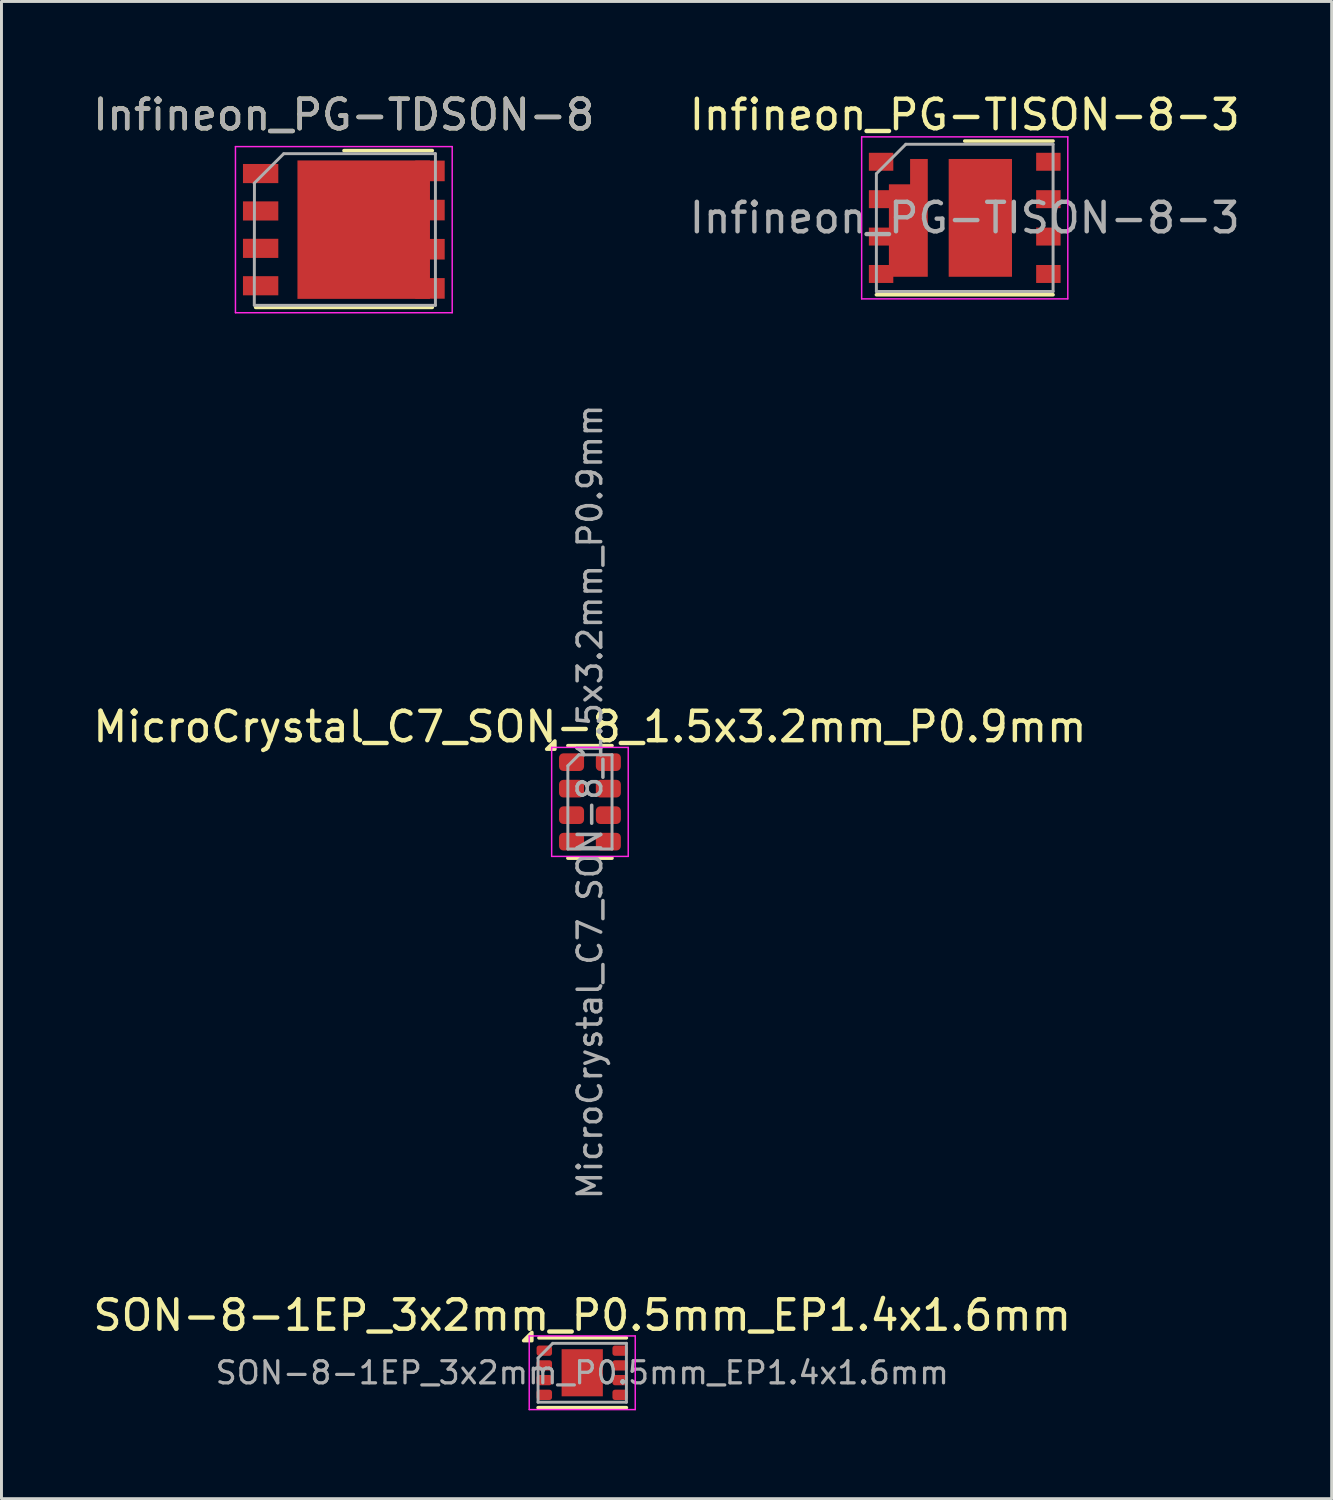
<source format=kicad_pcb>
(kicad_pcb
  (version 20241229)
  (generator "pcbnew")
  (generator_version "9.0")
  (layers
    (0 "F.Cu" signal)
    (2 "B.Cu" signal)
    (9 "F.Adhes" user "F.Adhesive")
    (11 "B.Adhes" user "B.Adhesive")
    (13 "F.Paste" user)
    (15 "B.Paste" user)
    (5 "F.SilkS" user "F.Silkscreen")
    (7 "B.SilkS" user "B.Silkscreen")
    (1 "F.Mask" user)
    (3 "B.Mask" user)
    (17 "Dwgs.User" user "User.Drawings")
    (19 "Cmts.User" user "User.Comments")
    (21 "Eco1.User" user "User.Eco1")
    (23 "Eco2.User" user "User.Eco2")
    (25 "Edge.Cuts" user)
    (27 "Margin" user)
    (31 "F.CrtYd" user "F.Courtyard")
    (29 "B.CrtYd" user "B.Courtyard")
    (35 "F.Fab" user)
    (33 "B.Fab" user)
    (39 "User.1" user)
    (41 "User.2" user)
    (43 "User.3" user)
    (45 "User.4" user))
  (footprint "SON-8-1EP_3x2mm_P0.5mm_EP1.4x1.6mm"
    (layer "F.Cu")
    (at 16.72 43.563)
    (property "Reference" "SON-8-1EP_3x2mm_P0.5mm_EP1.4x1.6mm" (at 0 -1.95 0) (layer "F.SilkS") (effects (font (size 1 1) (thickness 0.15))))
    (attr smd)
    (fp_line (start -1.5 1.185) (end 1.5 1.185) (stroke (width 0.12) (type solid)) (layer "F.SilkS"))
    (fp_line (start -1.47 -1.185) (end 1.5 -1.185) (stroke (width 0.12) (type solid)) (layer "F.SilkS"))
    (fp_poly (pts (xy -1.71 -1.09) (xy -1.99 -1.09) (xy -1.71 -1.37) (xy -1.71 -1.09)) (stroke (width 0.12) (type solid)) (fill yes) (layer "F.SilkS"))
    (fp_line (start -1.8 -1.25) (end -1.8 1.25) (stroke (width 0.05) (type solid)) (layer "F.CrtYd"))
    (fp_line (start -1.8 1.25) (end 1.8 1.25) (stroke (width 0.05) (type solid)) (layer "F.CrtYd"))
    (fp_line (start 1.8 -1.25) (end -1.8 -1.25) (stroke (width 0.05) (type solid)) (layer "F.CrtYd"))
    (fp_line (start 1.8 1.25) (end 1.8 -1.25) (stroke (width 0.05) (type solid)) (layer "F.CrtYd"))
    (fp_line (start -1.5 -0.5) (end -1 -1) (stroke (width 0.1) (type solid)) (layer "F.Fab"))
    (fp_line (start -1.5 1) (end -1.5 -0.5) (stroke (width 0.1) (type solid)) (layer "F.Fab"))
    (fp_line (start -1 -1) (end 1.5 -1) (stroke (width 0.1) (type solid)) (layer "F.Fab"))
    (fp_line (start 1.5 -1) (end 1.5 1) (stroke (width 0.1) (type solid)) (layer "F.Fab"))
    (fp_line (start 1.5 1) (end -1.5 1) (stroke (width 0.1) (type solid)) (layer "F.Fab"))
    (fp_text user "${REFERENCE}" (at 0 0 0) (layer "F.Fab") (effects (font (size 0.75 0.75) (thickness 0.11))))
    (pad "" smd roundrect (at -0.35 -0.4) (size 0.56 0.64) (layers "F.Paste") (roundrect_rratio 0.25))
    (pad "" smd roundrect (at -0.35 0.4) (size 0.56 0.64) (layers "F.Paste") (roundrect_rratio 0.25))
    (pad "" smd roundrect (at 0.35 -0.4) (size 0.56 0.64) (layers "F.Paste") (roundrect_rratio 0.25))
    (pad "" smd roundrect (at 0.35 0.4) (size 0.56 0.64) (layers "F.Paste") (roundrect_rratio 0.25))
    (pad "1" smd roundrect (at -1.288 -0.75) (size 0.525 0.35) (layers "F.Cu" "F.Mask" "F.Paste") (roundrect_rratio 0.25))
    (pad "2" smd roundrect (at -1.288 -0.25) (size 0.525 0.35) (layers "F.Cu" "F.Mask" "F.Paste") (roundrect_rratio 0.25))
    (pad "3" smd roundrect (at -1.288 0.25) (size 0.525 0.35) (layers "F.Cu" "F.Mask" "F.Paste") (roundrect_rratio 0.25))
    (pad "4" smd roundrect (at -1.288 0.75) (size 0.525 0.35) (layers "F.Cu" "F.Mask" "F.Paste") (roundrect_rratio 0.25))
    (pad "5" smd roundrect (at 1.288 0.75) (size 0.525 0.35) (layers "F.Cu" "F.Mask" "F.Paste") (roundrect_rratio 0.25))
    (pad "6" smd roundrect (at 1.288 0.25) (size 0.525 0.35) (layers "F.Cu" "F.Mask" "F.Paste") (roundrect_rratio 0.25))
    (pad "7" smd roundrect (at 1.288 -0.25) (size 0.525 0.35) (layers "F.Cu" "F.Mask" "F.Paste") (roundrect_rratio 0.25))
    (pad "8" smd roundrect (at 1.288 -0.75) (size 0.525 0.35) (layers "F.Cu" "F.Mask" "F.Paste") (roundrect_rratio 0.25))
    (pad "9" smd rect (at 0 0) (size 1.4 1.6) (property pad_prop_heatsink) (layers "F.Cu" "F.Mask")))
  (footprint "Infineon_PG-TISON-8-3"
    (layer "F.Cu")
    (at 29.708 4.348)
    (property "Reference" "Infineon_PG-TISON-8-3" (at 0 -3.5 0) (layer "F.SilkS") (effects (font (size 1 1) (thickness 0.15))))
    (attr smd)
    (fp_line (start 3 -2.61) (end 0 -2.61) (stroke (width 0.12) (type solid)) (layer "F.SilkS"))
    (fp_line (start 3 2.61) (end -3 2.61) (stroke (width 0.12) (type solid)) (layer "F.SilkS"))
    (fp_line (start -3.5 -2.75) (end 3.5 -2.75) (stroke (width 0.05) (type solid)) (layer "F.CrtYd"))
    (fp_line (start -3.5 2.75) (end -3.5 -2.75) (stroke (width 0.05) (type solid)) (layer "F.CrtYd"))
    (fp_line (start 3.5 -2.75) (end 3.5 2.75) (stroke (width 0.05) (type solid)) (layer "F.CrtYd"))
    (fp_line (start 3.5 2.75) (end -3.5 2.75) (stroke (width 0.05) (type solid)) (layer "F.CrtYd"))
    (fp_line (start -3 -1.5) (end -3 2.5) (stroke (width 0.1) (type solid)) (layer "F.Fab"))
    (fp_line (start -2 -2.5) (end -3 -1.5) (stroke (width 0.1) (type solid)) (layer "F.Fab"))
    (fp_line (start -2 -2.5) (end 3 -2.5) (stroke (width 0.1) (type solid)) (layer "F.Fab"))
    (fp_line (start 3 -2.5) (end 3 2.5) (stroke (width 0.1) (type solid)) (layer "F.Fab"))
    (fp_line (start 3 2.5) (end -3 2.5) (stroke (width 0.1) (type solid)) (layer "F.Fab"))
    (fp_text user "${REFERENCE}" (at 0 0 0) (layer "F.Fab") (effects (font (size 1 1) (thickness 0.15))))
    (pad "" smd rect (at -2.84 -0.635) (size 0.73 0.51) (layers "F.Paste"))
    (pad "" smd rect (at -2.84 0.635) (size 0.73 0.51) (layers "F.Paste"))
    (pad "" smd rect (at -2.84 1.905) (size 0.73 0.51) (layers "F.Paste"))
    (pad "" smd rect (at -1.82 -0.64) (size 0.9 0.5) (layers "F.Paste"))
    (pad "" smd rect (at -1.82 0.06) (size 0.9 0.5) (layers "F.Paste"))
    (pad "" smd rect (at -1.82 0.76) (size 0.9 0.5) (layers "F.Paste"))
    (pad "" smd rect (at -1.82 1.46) (size 0.9 0.5) (layers "F.Paste"))
    (pad "" smd rect (at -1.545 -1.6) (size 0.35 0.6) (layers "F.Paste"))
    (pad "" smd rect (at 0 -1.425) (size 0.75 0.75) (layers "F.Paste"))
    (pad "" smd rect (at 0 -0.475) (size 0.75 0.75) (layers "F.Paste"))
    (pad "" smd rect (at 0 0.475) (size 0.75 0.75) (layers "F.Paste"))
    (pad "" smd rect (at 0 1.425) (size 0.75 0.75) (layers "F.Paste"))
    (pad "" smd rect (at 1.025 -1.425) (size 0.75 0.75) (layers "F.Paste"))
    (pad "" smd rect (at 1.025 -0.475) (size 0.75 0.75) (layers "F.Paste"))
    (pad "" smd rect (at 1.025 0.475) (size 0.75 0.75) (layers "F.Paste"))
    (pad "" smd rect (at 1.025 1.425) (size 0.75 0.75) (layers "F.Paste"))
    (pad "1" smd rect (at -2.84 -1.905) (size 0.83 0.61) (layers "F.Cu" "F.Mask" "F.Paste"))
    (pad "2" smd custom (at -1.555 0) (size 0.6 4) (layers "F.Cu" "F.Mask") (options (anchor rect)) (primitives (gr_poly (pts (xy -0.3 2) (xy -0.87 2) (xy -0.87 2.21) (xy -1.7 2.21) (xy -1.7 1.6) (xy -1.02 1.6) (xy -1.02 0.94) (xy -1.7 0.94) (xy -1.7 0.33) (xy -1.02 0.33) (xy -1.02 -0.33) (xy -1.7 -0.33) (xy -1.7 -0.94) (xy -1.02 -0.94) (xy -1.02 -1.14) (xy -0.3 -1.14)) (width 0) (fill yes))))
    (pad "3" smd rect (at 2.84 1.905) (size 0.83 0.61) (layers "F.Cu" "F.Mask" "F.Paste"))
    (pad "4" smd rect (at 2.84 0.635) (size 0.83 0.61) (layers "F.Cu" "F.Mask" "F.Paste"))
    (pad "5" smd rect (at 2.84 -0.635) (size 0.83 0.61) (layers "F.Cu" "F.Mask" "F.Paste"))
    (pad "6" smd rect (at 2.84 -1.905) (size 0.83 0.61) (layers "F.Cu" "F.Mask" "F.Paste"))
    (pad "7" smd rect (at 0.53 0) (size 2.15 4) (layers "F.Cu" "F.Mask")))
  (footprint "MicroCrystal_C7_SON-8_1.5x3.2mm_P0.9mm"
    (layer "F.Cu")
    (at 16.982 24.179)
    (property "Reference" "MicroCrystal_C7_SON-8_1.5x3.2mm_P0.9mm" (at 0 -2.55 0) (layer "F.SilkS") (effects (font (size 1 1) (thickness 0.15))))
    (attr smd)
    (fp_line (start -0.75 -1.91) (end 0.75 -1.91) (stroke (width 0.12) (type solid)) (layer "F.SilkS"))
    (fp_line (start -0.75 1.91) (end 0.75 1.91) (stroke (width 0.12) (type solid)) (layer "F.SilkS"))
    (fp_poly (pts (xy -1.19 -1.79) (xy -1.47 -1.79) (xy -1.19 -2.07) (xy -1.19 -1.79)) (stroke (width 0.12) (type solid)) (fill yes) (layer "F.SilkS"))
    (fp_line (start -1.3 -1.85) (end -1.3 1.85) (stroke (width 0.05) (type solid)) (layer "F.CrtYd"))
    (fp_line (start -1.3 1.85) (end 1.3 1.85) (stroke (width 0.05) (type solid)) (layer "F.CrtYd"))
    (fp_line (start 1.3 -1.85) (end -1.3 -1.85) (stroke (width 0.05) (type solid)) (layer "F.CrtYd"))
    (fp_line (start 1.3 1.85) (end 1.3 -1.85) (stroke (width 0.05) (type solid)) (layer "F.CrtYd"))
    (fp_line (start -0.75 -1.225) (end -0.375 -1.6) (stroke (width 0.1) (type solid)) (layer "F.Fab"))
    (fp_line (start -0.75 1.6) (end -0.75 -1.225) (stroke (width 0.1) (type solid)) (layer "F.Fab"))
    (fp_line (start -0.375 -1.6) (end 0.75 -1.6) (stroke (width 0.1) (type solid)) (layer "F.Fab"))
    (fp_line (start 0.75 -1.6) (end 0.75 1.6) (stroke (width 0.1) (type solid)) (layer "F.Fab"))
    (fp_line (start 0.75 1.6) (end -0.75 1.6) (stroke (width 0.1) (type solid)) (layer "F.Fab"))
    (fp_text user "${REFERENCE}" (at 0 0 90) (layer "F.Fab") (effects (font (size 0.8 0.8) (thickness 0.12))))
    (pad "1" smd roundrect (at -0.625 -1.35) (size 0.85 0.6) (layers "F.Cu" "F.Mask" "F.Paste") (roundrect_rratio 0.25))
    (pad "2" smd roundrect (at -0.625 -0.45) (size 0.85 0.6) (layers "F.Cu" "F.Mask" "F.Paste") (roundrect_rratio 0.25))
    (pad "3" smd roundrect (at -0.625 0.45) (size 0.85 0.6) (layers "F.Cu" "F.Mask" "F.Paste") (roundrect_rratio 0.25))
    (pad "4" smd roundrect (at -0.625 1.35) (size 0.85 0.6) (layers "F.Cu" "F.Mask" "F.Paste") (roundrect_rratio 0.25))
    (pad "5" smd roundrect (at 0.625 1.35) (size 0.85 0.6) (layers "F.Cu" "F.Mask" "F.Paste") (roundrect_rratio 0.25))
    (pad "6" smd roundrect (at 0.625 0.45) (size 0.85 0.6) (layers "F.Cu" "F.Mask" "F.Paste") (roundrect_rratio 0.25))
    (pad "7" smd roundrect (at 0.625 -0.45) (size 0.85 0.6) (layers "F.Cu" "F.Mask" "F.Paste") (roundrect_rratio 0.25))
    (pad "8" smd roundrect (at 0.625 -1.35) (size 0.85 0.6) (layers "F.Cu" "F.Mask" "F.Paste") (roundrect_rratio 0.25)))
  (footprint "Infineon_PG-TDSON-8"
    (layer "F.Cu")
    (at 8.625 4.748)
    (property "Reference" "Infineon_PG-TDSON-8" (at 0 -3.9 0) (layer "F.SilkS") (effects (font (size 1 1) (thickness 0.15))))
    (attr smd)
    (fp_line (start 3.005 -2.685) (end 0.005 -2.685) (stroke (width 0.12) (type solid)) (layer "F.SilkS"))
    (fp_line (start 3.005 2.64) (end -2.995 2.64) (stroke (width 0.12) (type solid)) (layer "F.SilkS"))
    (fp_line (start -3.68 -2.82) (end 3.68 -2.82) (stroke (width 0.05) (type solid)) (layer "F.CrtYd"))
    (fp_line (start -3.68 2.82) (end -3.68 -2.82) (stroke (width 0.05) (type solid)) (layer "F.CrtYd"))
    (fp_line (start 3.68 -2.82) (end 3.68 2.82) (stroke (width 0.05) (type solid)) (layer "F.CrtYd"))
    (fp_line (start 3.68 2.82) (end -3.68 2.82) (stroke (width 0.05) (type solid)) (layer "F.CrtYd"))
    (fp_line (start -3.035 -1.57) (end -3.04 2.56) (stroke (width 0.1) (type solid)) (layer "F.Fab"))
    (fp_line (start -2.045 -2.575) (end -3.045 -1.575) (stroke (width 0.1) (type solid)) (layer "F.Fab"))
    (fp_line (start -2.04 -2.58) (end 3.11 -2.58) (stroke (width 0.1) (type solid)) (layer "F.Fab"))
    (fp_line (start 3.11 -2.58) (end 3.11 2.57) (stroke (width 0.1) (type solid)) (layer "F.Fab"))
    (fp_line (start 3.11 2.57) (end -3.04 2.57) (stroke (width 0.1) (type solid)) (layer "F.Fab"))
    (fp_text user "${REFERENCE}" (at 0 -3.9 0) (layer "F.Fab") (effects (font (size 1 1) (thickness 0.15))))
    (pad "" smd rect (at 0 -1.425) (size 0.75 0.75) (layers "F.Paste"))
    (pad "" smd rect (at 0 -0.475) (size 0.75 0.75) (layers "F.Paste"))
    (pad "" smd rect (at 0 0.475) (size 0.75 0.75) (layers "F.Paste"))
    (pad "" smd rect (at 0 1.425) (size 0.75 0.75) (layers "F.Paste"))
    (pad "" smd rect (at 1.025 -1.425) (size 0.75 0.75) (layers "F.Paste"))
    (pad "" smd rect (at 1.025 -0.475) (size 0.75 0.75) (layers "F.Paste"))
    (pad "" smd rect (at 1.025 0.475) (size 0.75 0.75) (layers "F.Paste"))
    (pad "" smd rect (at 1.025 1.425) (size 0.75 0.75) (layers "F.Paste"))
    (pad "" smd rect (at 2.925 -1.995) (size 1 0.7) (layers "F.Cu" "F.Mask" "F.Paste"))
    (pad "" smd rect (at 2.925 -0.665) (size 1 0.7) (layers "F.Cu" "F.Mask" "F.Paste"))
    (pad "" smd rect (at 2.925 0.665) (size 1 0.7) (layers "F.Cu" "F.Mask" "F.Paste"))
    (pad "" smd rect (at 2.925 1.995) (size 1 0.7) (layers "F.Cu" "F.Mask" "F.Paste"))
    (pad "1" smd rect (at -2.825 -1.905) (size 1.2 0.65) (layers "F.Cu" "F.Mask" "F.Paste"))
    (pad "2" smd rect (at -2.825 -0.635) (size 1.2 0.65) (layers "F.Cu" "F.Mask" "F.Paste"))
    (pad "3" smd rect (at -2.825 0.635) (size 1.2 0.65) (layers "F.Cu" "F.Mask" "F.Paste"))
    (pad "4" smd rect (at -2.825 1.905) (size 1.2 0.65) (layers "F.Cu" "F.Mask" "F.Paste"))
    (pad "5" smd rect (at 0.675 0) (size 4.5 4.7) (layers "F.Cu" "F.Mask")))
  (gr_rect
    (start -3 -3)
    (end 42.167 47.838)
    (stroke (width 0.1) (type default))
    (fill no)
    (layer "Edge.Cuts")))
</source>
